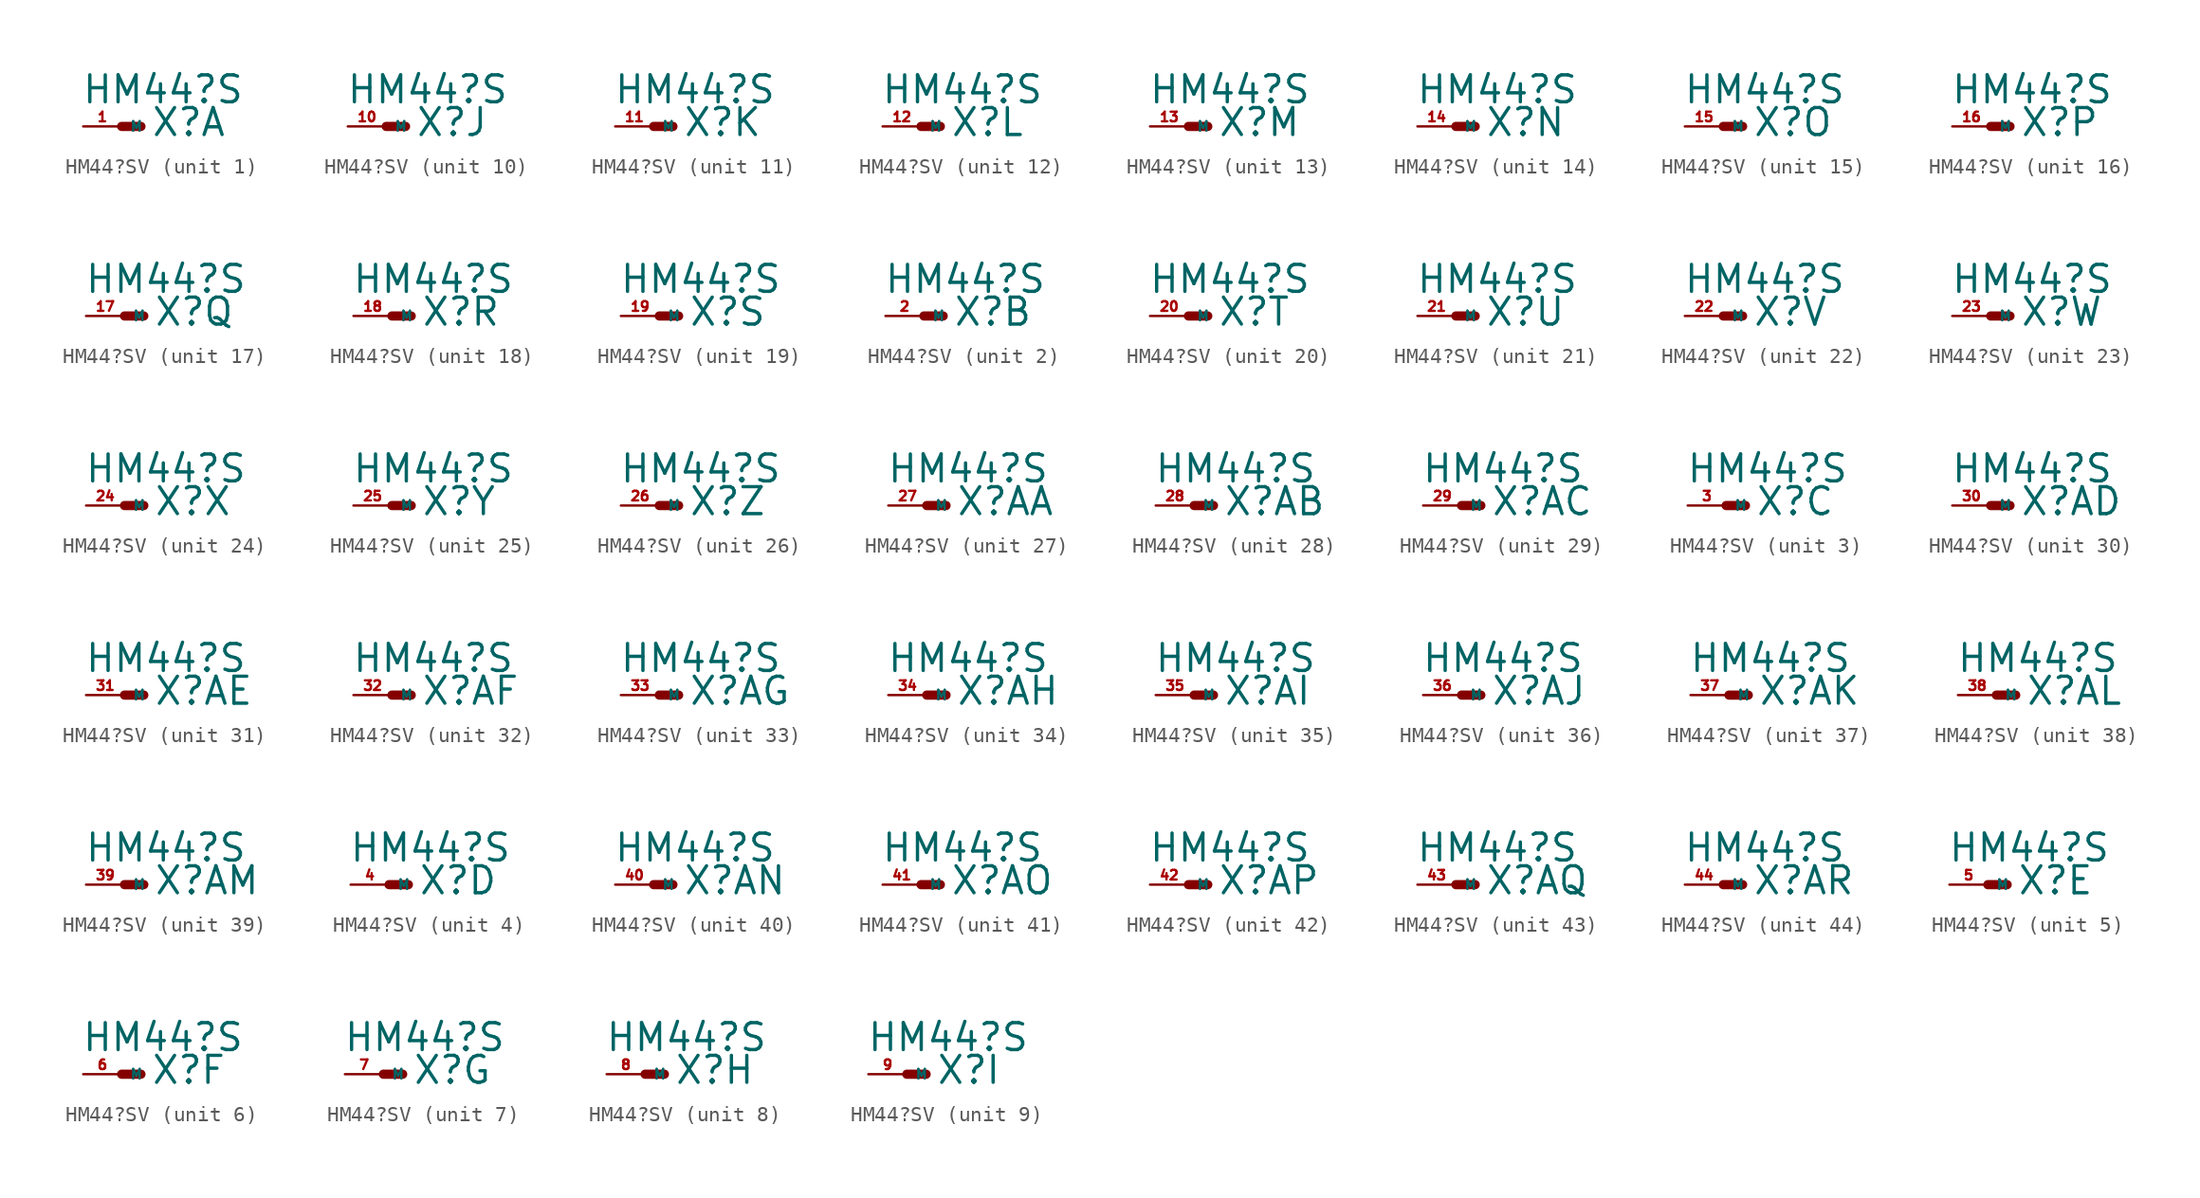
<source format=kicad_sym>
(kicad_symbol_lib
  (version 20220914)
  (generator Eagle2Kicad)
  (symbol "HM44?SV"
    (property "Reference" "X"
      (at 1.905 -0.762 0)
      (effects (font (size 1.778 1.778) (thickness 0.22)) (justify left bottom)))
    (property "Value" "HM44?S"
      (at -2.667 1.397 0)
      (effects (font (size 1.778 1.778) (thickness 0.22)) (justify left bottom)))
    (symbol "HM44?SV_1_0"
      (polyline (pts (xy 0 0) (xy 1.27 0)) (stroke (width 0.61) (type default)) (fill (type none)))
      (pin passive line (at -2.54 0 0) (length 2.54) (name "M" (effects (font (size 0.635 0.635) (thickness 0.08)) (justify left bottom))) (number "1" (effects (font (size 0.635 0.635) (thickness 0.08)) (justify left bottom)))))
    (symbol "HM44?SV_2_0"
      (polyline (pts (xy 0 0) (xy 1.27 0)) (stroke (width 0.61) (type default)) (fill (type none)))
      (pin passive line (at -2.54 0 0) (length 2.54) (name "M" (effects (font (size 0.635 0.635) (thickness 0.08)) (justify left bottom))) (number "2" (effects (font (size 0.635 0.635) (thickness 0.08)) (justify left bottom)))))
    (symbol "HM44?SV_3_0"
      (polyline (pts (xy 0 0) (xy 1.27 0)) (stroke (width 0.61) (type default)) (fill (type none)))
      (pin passive line (at -2.54 0 0) (length 2.54) (name "M" (effects (font (size 0.635 0.635) (thickness 0.08)) (justify left bottom))) (number "3" (effects (font (size 0.635 0.635) (thickness 0.08)) (justify left bottom)))))
    (symbol "HM44?SV_4_0"
      (polyline (pts (xy 0 0) (xy 1.27 0)) (stroke (width 0.61) (type default)) (fill (type none)))
      (pin passive line (at -2.54 0 0) (length 2.54) (name "M" (effects (font (size 0.635 0.635) (thickness 0.08)) (justify left bottom))) (number "4" (effects (font (size 0.635 0.635) (thickness 0.08)) (justify left bottom)))))
    (symbol "HM44?SV_5_0"
      (polyline (pts (xy 0 0) (xy 1.27 0)) (stroke (width 0.61) (type default)) (fill (type none)))
      (pin passive line (at -2.54 0 0) (length 2.54) (name "M" (effects (font (size 0.635 0.635) (thickness 0.08)) (justify left bottom))) (number "5" (effects (font (size 0.635 0.635) (thickness 0.08)) (justify left bottom)))))
    (symbol "HM44?SV_6_0"
      (polyline (pts (xy 0 0) (xy 1.27 0)) (stroke (width 0.61) (type default)) (fill (type none)))
      (pin passive line (at -2.54 0 0) (length 2.54) (name "M" (effects (font (size 0.635 0.635) (thickness 0.08)) (justify left bottom))) (number "6" (effects (font (size 0.635 0.635) (thickness 0.08)) (justify left bottom)))))
    (symbol "HM44?SV_7_0"
      (polyline (pts (xy 0 0) (xy 1.27 0)) (stroke (width 0.61) (type default)) (fill (type none)))
      (pin passive line (at -2.54 0 0) (length 2.54) (name "M" (effects (font (size 0.635 0.635) (thickness 0.08)) (justify left bottom))) (number "7" (effects (font (size 0.635 0.635) (thickness 0.08)) (justify left bottom)))))
    (symbol "HM44?SV_8_0"
      (polyline (pts (xy 0 0) (xy 1.27 0)) (stroke (width 0.61) (type default)) (fill (type none)))
      (pin passive line (at -2.54 0 0) (length 2.54) (name "M" (effects (font (size 0.635 0.635) (thickness 0.08)) (justify left bottom))) (number "8" (effects (font (size 0.635 0.635) (thickness 0.08)) (justify left bottom)))))
    (symbol "HM44?SV_9_0"
      (polyline (pts (xy 0 0) (xy 1.27 0)) (stroke (width 0.61) (type default)) (fill (type none)))
      (pin passive line (at -2.54 0 0) (length 2.54) (name "M" (effects (font (size 0.635 0.635) (thickness 0.08)) (justify left bottom))) (number "9" (effects (font (size 0.635 0.635) (thickness 0.08)) (justify left bottom)))))
    (symbol "HM44?SV_10_0"
      (polyline (pts (xy 0 0) (xy 1.27 0)) (stroke (width 0.61) (type default)) (fill (type none)))
      (pin passive line (at -2.54 0 0) (length 2.54) (name "M" (effects (font (size 0.635 0.635) (thickness 0.08)) (justify left bottom))) (number "10" (effects (font (size 0.635 0.635) (thickness 0.08)) (justify left bottom)))))
    (symbol "HM44?SV_11_0"
      (polyline (pts (xy 0 0) (xy 1.27 0)) (stroke (width 0.61) (type default)) (fill (type none)))
      (pin passive line (at -2.54 0 0) (length 2.54) (name "M" (effects (font (size 0.635 0.635) (thickness 0.08)) (justify left bottom))) (number "11" (effects (font (size 0.635 0.635) (thickness 0.08)) (justify left bottom)))))
    (symbol "HM44?SV_12_0"
      (polyline (pts (xy 0 0) (xy 1.27 0)) (stroke (width 0.61) (type default)) (fill (type none)))
      (pin passive line (at -2.54 0 0) (length 2.54) (name "M" (effects (font (size 0.635 0.635) (thickness 0.08)) (justify left bottom))) (number "12" (effects (font (size 0.635 0.635) (thickness 0.08)) (justify left bottom)))))
    (symbol "HM44?SV_13_0"
      (polyline (pts (xy 0 0) (xy 1.27 0)) (stroke (width 0.61) (type default)) (fill (type none)))
      (pin passive line (at -2.54 0 0) (length 2.54) (name "M" (effects (font (size 0.635 0.635) (thickness 0.08)) (justify left bottom))) (number "13" (effects (font (size 0.635 0.635) (thickness 0.08)) (justify left bottom)))))
    (symbol "HM44?SV_14_0"
      (polyline (pts (xy 0 0) (xy 1.27 0)) (stroke (width 0.61) (type default)) (fill (type none)))
      (pin passive line (at -2.54 0 0) (length 2.54) (name "M" (effects (font (size 0.635 0.635) (thickness 0.08)) (justify left bottom))) (number "14" (effects (font (size 0.635 0.635) (thickness 0.08)) (justify left bottom)))))
    (symbol "HM44?SV_15_0"
      (polyline (pts (xy 0 0) (xy 1.27 0)) (stroke (width 0.61) (type default)) (fill (type none)))
      (pin passive line (at -2.54 0 0) (length 2.54) (name "M" (effects (font (size 0.635 0.635) (thickness 0.08)) (justify left bottom))) (number "15" (effects (font (size 0.635 0.635) (thickness 0.08)) (justify left bottom)))))
    (symbol "HM44?SV_16_0"
      (polyline (pts (xy 0 0) (xy 1.27 0)) (stroke (width 0.61) (type default)) (fill (type none)))
      (pin passive line (at -2.54 0 0) (length 2.54) (name "M" (effects (font (size 0.635 0.635) (thickness 0.08)) (justify left bottom))) (number "16" (effects (font (size 0.635 0.635) (thickness 0.08)) (justify left bottom)))))
    (symbol "HM44?SV_17_0"
      (polyline (pts (xy 0 0) (xy 1.27 0)) (stroke (width 0.61) (type default)) (fill (type none)))
      (pin passive line (at -2.54 0 0) (length 2.54) (name "M" (effects (font (size 0.635 0.635) (thickness 0.08)) (justify left bottom))) (number "17" (effects (font (size 0.635 0.635) (thickness 0.08)) (justify left bottom)))))
    (symbol "HM44?SV_18_0"
      (polyline (pts (xy 0 0) (xy 1.27 0)) (stroke (width 0.61) (type default)) (fill (type none)))
      (pin passive line (at -2.54 0 0) (length 2.54) (name "M" (effects (font (size 0.635 0.635) (thickness 0.08)) (justify left bottom))) (number "18" (effects (font (size 0.635 0.635) (thickness 0.08)) (justify left bottom)))))
    (symbol "HM44?SV_19_0"
      (polyline (pts (xy 0 0) (xy 1.27 0)) (stroke (width 0.61) (type default)) (fill (type none)))
      (pin passive line (at -2.54 0 0) (length 2.54) (name "M" (effects (font (size 0.635 0.635) (thickness 0.08)) (justify left bottom))) (number "19" (effects (font (size 0.635 0.635) (thickness 0.08)) (justify left bottom)))))
    (symbol "HM44?SV_20_0"
      (polyline (pts (xy 0 0) (xy 1.27 0)) (stroke (width 0.61) (type default)) (fill (type none)))
      (pin passive line (at -2.54 0 0) (length 2.54) (name "M" (effects (font (size 0.635 0.635) (thickness 0.08)) (justify left bottom))) (number "20" (effects (font (size 0.635 0.635) (thickness 0.08)) (justify left bottom)))))
    (symbol "HM44?SV_21_0"
      (polyline (pts (xy 0 0) (xy 1.27 0)) (stroke (width 0.61) (type default)) (fill (type none)))
      (pin passive line (at -2.54 0 0) (length 2.54) (name "M" (effects (font (size 0.635 0.635) (thickness 0.08)) (justify left bottom))) (number "21" (effects (font (size 0.635 0.635) (thickness 0.08)) (justify left bottom)))))
    (symbol "HM44?SV_22_0"
      (polyline (pts (xy 0 0) (xy 1.27 0)) (stroke (width 0.61) (type default)) (fill (type none)))
      (pin passive line (at -2.54 0 0) (length 2.54) (name "M" (effects (font (size 0.635 0.635) (thickness 0.08)) (justify left bottom))) (number "22" (effects (font (size 0.635 0.635) (thickness 0.08)) (justify left bottom)))))
    (symbol "HM44?SV_23_0"
      (polyline (pts (xy 0 0) (xy 1.27 0)) (stroke (width 0.61) (type default)) (fill (type none)))
      (pin passive line (at -2.54 0 0) (length 2.54) (name "M" (effects (font (size 0.635 0.635) (thickness 0.08)) (justify left bottom))) (number "23" (effects (font (size 0.635 0.635) (thickness 0.08)) (justify left bottom)))))
    (symbol "HM44?SV_24_0"
      (polyline (pts (xy 0 0) (xy 1.27 0)) (stroke (width 0.61) (type default)) (fill (type none)))
      (pin passive line (at -2.54 0 0) (length 2.54) (name "M" (effects (font (size 0.635 0.635) (thickness 0.08)) (justify left bottom))) (number "24" (effects (font (size 0.635 0.635) (thickness 0.08)) (justify left bottom)))))
    (symbol "HM44?SV_25_0"
      (polyline (pts (xy 0 0) (xy 1.27 0)) (stroke (width 0.61) (type default)) (fill (type none)))
      (pin passive line (at -2.54 0 0) (length 2.54) (name "M" (effects (font (size 0.635 0.635) (thickness 0.08)) (justify left bottom))) (number "25" (effects (font (size 0.635 0.635) (thickness 0.08)) (justify left bottom)))))
    (symbol "HM44?SV_26_0"
      (polyline (pts (xy 0 0) (xy 1.27 0)) (stroke (width 0.61) (type default)) (fill (type none)))
      (pin passive line (at -2.54 0 0) (length 2.54) (name "M" (effects (font (size 0.635 0.635) (thickness 0.08)) (justify left bottom))) (number "26" (effects (font (size 0.635 0.635) (thickness 0.08)) (justify left bottom)))))
    (symbol "HM44?SV_27_0"
      (polyline (pts (xy 0 0) (xy 1.27 0)) (stroke (width 0.61) (type default)) (fill (type none)))
      (pin passive line (at -2.54 0 0) (length 2.54) (name "M" (effects (font (size 0.635 0.635) (thickness 0.08)) (justify left bottom))) (number "27" (effects (font (size 0.635 0.635) (thickness 0.08)) (justify left bottom)))))
    (symbol "HM44?SV_28_0"
      (polyline (pts (xy 0 0) (xy 1.27 0)) (stroke (width 0.61) (type default)) (fill (type none)))
      (pin passive line (at -2.54 0 0) (length 2.54) (name "M" (effects (font (size 0.635 0.635) (thickness 0.08)) (justify left bottom))) (number "28" (effects (font (size 0.635 0.635) (thickness 0.08)) (justify left bottom)))))
    (symbol "HM44?SV_29_0"
      (polyline (pts (xy 0 0) (xy 1.27 0)) (stroke (width 0.61) (type default)) (fill (type none)))
      (pin passive line (at -2.54 0 0) (length 2.54) (name "M" (effects (font (size 0.635 0.635) (thickness 0.08)) (justify left bottom))) (number "29" (effects (font (size 0.635 0.635) (thickness 0.08)) (justify left bottom)))))
    (symbol "HM44?SV_30_0"
      (polyline (pts (xy 0 0) (xy 1.27 0)) (stroke (width 0.61) (type default)) (fill (type none)))
      (pin passive line (at -2.54 0 0) (length 2.54) (name "M" (effects (font (size 0.635 0.635) (thickness 0.08)) (justify left bottom))) (number "30" (effects (font (size 0.635 0.635) (thickness 0.08)) (justify left bottom)))))
    (symbol "HM44?SV_31_0"
      (polyline (pts (xy 0 0) (xy 1.27 0)) (stroke (width 0.61) (type default)) (fill (type none)))
      (pin passive line (at -2.54 0 0) (length 2.54) (name "M" (effects (font (size 0.635 0.635) (thickness 0.08)) (justify left bottom))) (number "31" (effects (font (size 0.635 0.635) (thickness 0.08)) (justify left bottom)))))
    (symbol "HM44?SV_32_0"
      (polyline (pts (xy 0 0) (xy 1.27 0)) (stroke (width 0.61) (type default)) (fill (type none)))
      (pin passive line (at -2.54 0 0) (length 2.54) (name "M" (effects (font (size 0.635 0.635) (thickness 0.08)) (justify left bottom))) (number "32" (effects (font (size 0.635 0.635) (thickness 0.08)) (justify left bottom)))))
    (symbol "HM44?SV_33_0"
      (polyline (pts (xy 0 0) (xy 1.27 0)) (stroke (width 0.61) (type default)) (fill (type none)))
      (pin passive line (at -2.54 0 0) (length 2.54) (name "M" (effects (font (size 0.635 0.635) (thickness 0.08)) (justify left bottom))) (number "33" (effects (font (size 0.635 0.635) (thickness 0.08)) (justify left bottom)))))
    (symbol "HM44?SV_34_0"
      (polyline (pts (xy 0 0) (xy 1.27 0)) (stroke (width 0.61) (type default)) (fill (type none)))
      (pin passive line (at -2.54 0 0) (length 2.54) (name "M" (effects (font (size 0.635 0.635) (thickness 0.08)) (justify left bottom))) (number "34" (effects (font (size 0.635 0.635) (thickness 0.08)) (justify left bottom)))))
    (symbol "HM44?SV_35_0"
      (polyline (pts (xy 0 0) (xy 1.27 0)) (stroke (width 0.61) (type default)) (fill (type none)))
      (pin passive line (at -2.54 0 0) (length 2.54) (name "M" (effects (font (size 0.635 0.635) (thickness 0.08)) (justify left bottom))) (number "35" (effects (font (size 0.635 0.635) (thickness 0.08)) (justify left bottom)))))
    (symbol "HM44?SV_36_0"
      (polyline (pts (xy 0 0) (xy 1.27 0)) (stroke (width 0.61) (type default)) (fill (type none)))
      (pin passive line (at -2.54 0 0) (length 2.54) (name "M" (effects (font (size 0.635 0.635) (thickness 0.08)) (justify left bottom))) (number "36" (effects (font (size 0.635 0.635) (thickness 0.08)) (justify left bottom)))))
    (symbol "HM44?SV_37_0"
      (polyline (pts (xy 0 0) (xy 1.27 0)) (stroke (width 0.61) (type default)) (fill (type none)))
      (pin passive line (at -2.54 0 0) (length 2.54) (name "M" (effects (font (size 0.635 0.635) (thickness 0.08)) (justify left bottom))) (number "37" (effects (font (size 0.635 0.635) (thickness 0.08)) (justify left bottom)))))
    (symbol "HM44?SV_38_0"
      (polyline (pts (xy 0 0) (xy 1.27 0)) (stroke (width 0.61) (type default)) (fill (type none)))
      (pin passive line (at -2.54 0 0) (length 2.54) (name "M" (effects (font (size 0.635 0.635) (thickness 0.08)) (justify left bottom))) (number "38" (effects (font (size 0.635 0.635) (thickness 0.08)) (justify left bottom)))))
    (symbol "HM44?SV_39_0"
      (polyline (pts (xy 0 0) (xy 1.27 0)) (stroke (width 0.61) (type default)) (fill (type none)))
      (pin passive line (at -2.54 0 0) (length 2.54) (name "M" (effects (font (size 0.635 0.635) (thickness 0.08)) (justify left bottom))) (number "39" (effects (font (size 0.635 0.635) (thickness 0.08)) (justify left bottom)))))
    (symbol "HM44?SV_40_0"
      (polyline (pts (xy 0 0) (xy 1.27 0)) (stroke (width 0.61) (type default)) (fill (type none)))
      (pin passive line (at -2.54 0 0) (length 2.54) (name "M" (effects (font (size 0.635 0.635) (thickness 0.08)) (justify left bottom))) (number "40" (effects (font (size 0.635 0.635) (thickness 0.08)) (justify left bottom)))))
    (symbol "HM44?SV_41_0"
      (polyline (pts (xy 0 0) (xy 1.27 0)) (stroke (width 0.61) (type default)) (fill (type none)))
      (pin passive line (at -2.54 0 0) (length 2.54) (name "M" (effects (font (size 0.635 0.635) (thickness 0.08)) (justify left bottom))) (number "41" (effects (font (size 0.635 0.635) (thickness 0.08)) (justify left bottom)))))
    (symbol "HM44?SV_42_0"
      (polyline (pts (xy 0 0) (xy 1.27 0)) (stroke (width 0.61) (type default)) (fill (type none)))
      (pin passive line (at -2.54 0 0) (length 2.54) (name "M" (effects (font (size 0.635 0.635) (thickness 0.08)) (justify left bottom))) (number "42" (effects (font (size 0.635 0.635) (thickness 0.08)) (justify left bottom)))))
    (symbol "HM44?SV_43_0"
      (polyline (pts (xy 0 0) (xy 1.27 0)) (stroke (width 0.61) (type default)) (fill (type none)))
      (pin passive line (at -2.54 0 0) (length 2.54) (name "M" (effects (font (size 0.635 0.635) (thickness 0.08)) (justify left bottom))) (number "43" (effects (font (size 0.635 0.635) (thickness 0.08)) (justify left bottom)))))
    (symbol "HM44?SV_44_0"
      (polyline (pts (xy 0 0) (xy 1.27 0)) (stroke (width 0.61) (type default)) (fill (type none)))
      (pin passive line (at -2.54 0 0) (length 2.54) (name "M" (effects (font (size 0.635 0.635) (thickness 0.08)) (justify left bottom))) (number "44" (effects (font (size 0.635 0.635) (thickness 0.08)) (justify left bottom)))))))
</source>
